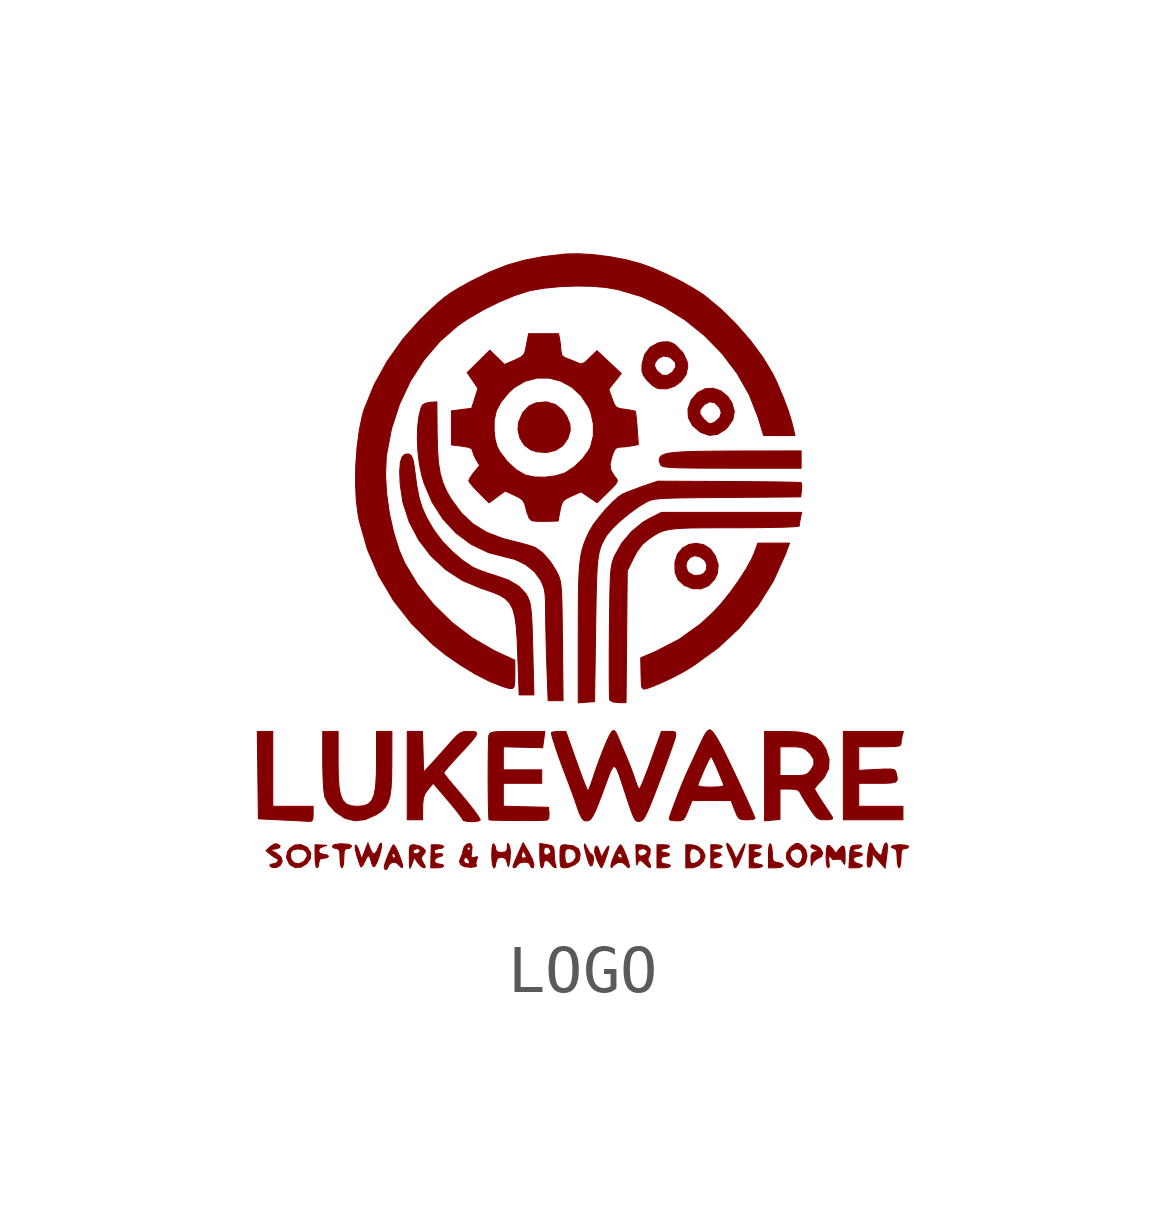
<source format=kicad_sym>
(kicad_symbol_lib
  (version 20220914)
  (generator "bitmap2component")
  (generator_version "8.0")
  (symbol "LOGO"
    (pin_names
      (offset 1.016))
    (property "Reference" "#G"
      (at 0 9.365 0)
      (effects (font (size 1.27 1.27)) hide))
    (symbol "LOGO_0_0"
      (polyline (pts (xy -3.902 -5.865) (xy -3.869 -5.8) (xy -3.857 -5.772) (xy -3.793 -5.726) (xy -3.712 -5.731) (xy -3.645 -5.79) (xy -3.616 -5.825) (xy -3.578 -5.831) (xy -3.576 -5.794) (xy -3.6 -5.706) (xy -3.641 -5.593) (xy -3.688 -5.481) (xy -3.733 -5.395) (xy -3.765 -5.361) (xy -3.778 -5.372) (xy -3.816 -5.438) (xy -3.864 -5.54) (xy -3.879 -5.578) (xy -3.8 -5.578) (xy -3.794 -5.549) (xy -3.76 -5.54) (xy -3.749 -5.548) (xy -3.72 -5.602) (xy -3.721 -5.611) (xy -3.76 -5.64) (xy -3.779 -5.632) (xy -3.8 -5.578) (xy -3.879 -5.578) (xy -3.91 -5.656) (xy -3.946 -5.759) (xy -3.96 -5.825) (xy -3.96 -5.828) (xy -3.941 -5.876) (xy -3.902 -5.865)) (stroke (width 0.01) (type default)) (fill (type outline)))
      (polyline (pts (xy -3.41 -5.831) (xy -3.384 -5.761) (xy -3.334 -5.622) (xy -3.262 -5.731) (xy -3.26 -5.735) (xy -3.194 -5.809) (xy -3.135 -5.84) (xy -3.113 -5.838) (xy -3.104 -5.81) (xy -3.144 -5.739) (xy -3.181 -5.677) (xy -3.187 -5.623) (xy -3.145 -5.565) (xy -3.115 -5.53) (xy -3.103 -5.482) (xy -3.153 -5.426) (xy -3.223 -5.385) (xy -3.333 -5.36) (xy -3.362 -5.36) (xy -3.406 -5.37) (xy -3.429 -5.406) (xy -3.437 -5.487) (xy -3.437 -5.503) (xy -3.36 -5.503) (xy -3.345 -5.465) (xy -3.277 -5.44) (xy -3.228 -5.45) (xy -3.21 -5.49) (xy -3.221 -5.512) (xy -3.275 -5.549) (xy -3.333 -5.547) (xy -3.36 -5.503) (xy -3.437 -5.503) (xy -3.437 -5.63) (xy -3.436 -5.701) (xy -3.433 -5.809) (xy -3.426 -5.849) (xy -3.41 -5.831)) (stroke (width 0.01) (type default)) (fill (type outline)))
      (polyline (pts (xy -6.128 -5.792) (xy -6.082 -5.704) (xy -6.11 -5.613) (xy -6.21 -5.532) (xy -6.34 -5.461) (xy -6.23 -5.448) (xy -6.225 -5.447) (xy -6.14 -5.422) (xy -6.126 -5.383) (xy -6.187 -5.343) (xy -6.248 -5.342) (xy -6.337 -5.401) (xy -6.42 -5.485) (xy -6.33 -5.559) (xy -6.256 -5.614) (xy -6.192 -5.649) (xy -6.172 -5.661) (xy -6.169 -5.701) (xy -6.213 -5.742) (xy -6.285 -5.76) (xy -6.328 -5.768) (xy -6.34 -5.8) (xy -6.293 -5.832) (xy -6.207 -5.834) (xy -6.128 -5.792)) (stroke (width 0.01) (type default)) (fill (type outline)))
      (polyline (pts (xy -5.692 -5.825) (xy -5.573 -5.753) (xy -5.497 -5.645) (xy -5.49 -5.528) (xy -5.559 -5.421) (xy -5.572 -5.41) (xy -5.694 -5.356) (xy -5.822 -5.366) (xy -5.928 -5.439) (xy -5.975 -5.511) (xy -5.982 -5.552) (xy -5.913 -5.552) (xy -5.906 -5.521) (xy -5.863 -5.469) (xy -5.764 -5.447) (xy -5.647 -5.459) (xy -5.574 -5.515) (xy -5.563 -5.6) (xy -5.623 -5.697) (xy -5.637 -5.71) (xy -5.738 -5.757) (xy -5.833 -5.738) (xy -5.899 -5.666) (xy -5.913 -5.552) (xy -5.982 -5.552) (xy -5.994 -5.627) (xy -5.938 -5.751) (xy -5.917 -5.776) (xy -5.815 -5.833) (xy -5.692 -5.825)) (stroke (width 0.01) (type default)) (fill (type outline)))
      (polyline (pts (xy -5.334 -5.815) (xy -5.32 -5.74) (xy -5.32 -5.721) (xy -5.296 -5.657) (xy -5.22 -5.64) (xy -5.154 -5.63) (xy -5.12 -5.6) (xy -5.145 -5.574) (xy -5.22 -5.56) (xy -5.222 -5.56) (xy -5.302 -5.536) (xy -5.326 -5.482) (xy -5.295 -5.425) (xy -5.21 -5.389) (xy -5.156 -5.378) (xy -5.165 -5.371) (xy -5.25 -5.366) (xy -5.4 -5.36) (xy -5.4 -5.6) (xy -5.396 -5.708) (xy -5.381 -5.803) (xy -5.36 -5.84) (xy -5.334 -5.815)) (stroke (width 0.01) (type default)) (fill (type outline)))
      (polyline (pts (xy -4.826 -5.827) (xy -4.807 -5.754) (xy -4.8 -5.64) (xy -4.8 -5.594) (xy -4.792 -5.495) (xy -4.768 -5.45) (xy -4.72 -5.44) (xy -4.673 -5.431) (xy -4.64 -5.39) (xy -4.643 -5.379) (xy -4.703 -5.35) (xy -4.84 -5.34) (xy -4.885 -5.341) (xy -5.001 -5.356) (xy -5.04 -5.39) (xy -5.025 -5.419) (xy -4.96 -5.44) (xy -4.941 -5.441) (xy -4.902 -5.46) (xy -4.884 -5.52) (xy -4.88 -5.64) (xy -4.877 -5.712) (xy -4.863 -5.804) (xy -4.84 -5.84) (xy -4.826 -5.827)) (stroke (width 0.01) (type default)) (fill (type outline)))
      (polyline (pts (xy -4.404 -5.786) (xy -4.36 -5.7) (xy -4.325 -5.625) (xy -4.288 -5.584) (xy -4.257 -5.619) (xy -4.224 -5.732) (xy -4.223 -5.739) (xy -4.193 -5.811) (xy -4.157 -5.809) (xy -4.113 -5.733) (xy -4.058 -5.579) (xy -4.057 -5.575) (xy -4.024 -5.45) (xy -4.014 -5.363) (xy -4.023 -5.324) (xy -4.049 -5.344) (xy -4.09 -5.433) (xy -4.112 -5.486) (xy -4.159 -5.55) (xy -4.204 -5.535) (xy -4.252 -5.44) (xy -4.298 -5.32) (xy -4.363 -5.488) (xy -4.429 -5.655) (xy -4.478 -5.508) (xy -4.507 -5.429) (xy -4.544 -5.367) (xy -4.565 -5.373) (xy -4.563 -5.443) (xy -4.534 -5.57) (xy -4.508 -5.654) (xy -4.472 -5.761) (xy -4.449 -5.818) (xy -4.439 -5.822) (xy -4.404 -5.786)) (stroke (width 0.01) (type default)) (fill (type outline)))
      (polyline (pts (xy -2.841 -5.84) (xy -2.755 -5.827) (xy -2.72 -5.8) (xy -2.746 -5.773) (xy -2.823 -5.76) (xy -2.889 -5.743) (xy -2.916 -5.695) (xy -2.888 -5.641) (xy -2.809 -5.607) (xy -2.756 -5.591) (xy -2.74 -5.561) (xy -2.767 -5.545) (xy -2.84 -5.548) (xy -2.896 -5.551) (xy -2.92 -5.505) (xy -2.902 -5.462) (xy -2.82 -5.44) (xy -2.754 -5.43) (xy -2.72 -5.4) (xy -2.72 -5.397) (xy -2.762 -5.371) (xy -2.85 -5.36) (xy -2.98 -5.361) (xy -2.986 -5.6) (xy -2.991 -5.84) (xy -2.856 -5.84) (xy -2.841 -5.84)) (stroke (width 0.01) (type default)) (fill (type outline)))
      (polyline (pts (xy -2.125 -5.827) (xy -2.046 -5.812) (xy -2.039 -5.785) (xy -2.054 -5.754) (xy -2.035 -5.67) (xy -2.02 -5.641) (xy -2.019 -5.608) (xy -2.079 -5.62) (xy -2.083 -5.621) (xy -2.136 -5.63) (xy -2.152 -5.599) (xy -2.139 -5.508) (xy -2.131 -5.402) (xy -2.158 -5.341) (xy -2.168 -5.336) (xy -2.235 -5.345) (xy -2.294 -5.402) (xy -2.306 -5.44) (xy -2.24 -5.44) (xy -2.239 -5.43) (xy -2.2 -5.4) (xy -2.191 -5.401) (xy -2.16 -5.44) (xy -2.161 -5.449) (xy -2.2 -5.48) (xy -2.21 -5.479) (xy -2.24 -5.44) (xy -2.306 -5.44) (xy -2.32 -5.485) (xy -2.328 -5.541) (xy -2.368 -5.637) (xy -2.39 -5.694) (xy -2.309 -5.694) (xy -2.288 -5.632) (xy -2.251 -5.62) (xy -2.202 -5.676) (xy -2.193 -5.693) (xy -2.179 -5.747) (xy -2.216 -5.76) (xy -2.27 -5.746) (xy -2.309 -5.694) (xy -2.39 -5.694) (xy -2.395 -5.707) (xy -2.365 -5.774) (xy -2.29 -5.816) (xy -2.158 -5.829) (xy -2.125 -5.827)) (stroke (width 0.01) (type default)) (fill (type outline)))
      (polyline (pts (xy -1.651 -5.822) (xy -1.633 -5.73) (xy -1.629 -5.706) (xy -1.597 -5.638) (xy -1.52 -5.62) (xy -1.493 -5.621) (xy -1.429 -5.652) (xy -1.397 -5.74) (xy -1.387 -5.786) (xy -1.375 -5.814) (xy -1.361 -5.777) (xy -1.342 -5.667) (xy -1.341 -5.659) (xy -1.33 -5.5) (xy -1.352 -5.387) (xy -1.379 -5.336) (xy -1.393 -5.336) (xy -1.397 -5.41) (xy -1.402 -5.462) (xy -1.434 -5.509) (xy -1.52 -5.52) (xy -1.547 -5.519) (xy -1.62 -5.499) (xy -1.64 -5.442) (xy -1.646 -5.396) (xy -1.68 -5.34) (xy -1.699 -5.351) (xy -1.715 -5.431) (xy -1.72 -5.578) (xy -1.714 -5.708) (xy -1.697 -5.803) (xy -1.675 -5.843) (xy -1.651 -5.822)) (stroke (width 0.01) (type default)) (fill (type outline)))
      (polyline (pts (xy -1.223 -5.828) (xy -1.186 -5.78) (xy -1.139 -5.739) (xy -1.041 -5.72) (xy -0.955 -5.732) (xy -0.92 -5.78) (xy -0.915 -5.808) (xy -0.88 -5.84) (xy -0.854 -5.83) (xy -0.843 -5.768) (xy -0.878 -5.657) (xy -0.954 -5.508) (xy -1.067 -5.316) (xy -1.174 -5.553) (xy -1.184 -5.577) (xy -1.104 -5.577) (xy -1.093 -5.544) (xy -1.079 -5.487) (xy -1.073 -5.481) (xy -1.046 -5.511) (xy -1.016 -5.564) (xy -1.001 -5.61) (xy -1.009 -5.625) (xy -1.064 -5.64) (xy -1.101 -5.63) (xy -1.104 -5.577) (xy -1.184 -5.577) (xy -1.225 -5.67) (xy -1.265 -5.768) (xy -1.28 -5.815) (xy -1.265 -5.84) (xy -1.223 -5.828)) (stroke (width 0.01) (type default)) (fill (type outline)))
      (polyline (pts (xy -0.38 -5.834) (xy -0.387 -5.79) (xy -0.396 -5.771) (xy -0.413 -5.681) (xy -0.42 -5.561) (xy -0.421 -5.487) (xy -0.434 -5.412) (xy -0.478 -5.377) (xy -0.57 -5.357) (xy -0.72 -5.332) (xy -0.72 -5.493) (xy -0.64 -5.493) (xy -0.625 -5.42) (xy -0.571 -5.407) (xy -0.534 -5.423) (xy -0.489 -5.485) (xy -0.496 -5.527) (xy -0.558 -5.571) (xy -0.578 -5.575) (xy -0.628 -5.564) (xy -0.64 -5.493) (xy -0.72 -5.493) (xy -0.72 -5.586) (xy -0.715 -5.707) (xy -0.701 -5.803) (xy -0.68 -5.84) (xy -0.657 -5.825) (xy -0.64 -5.76) (xy -0.631 -5.713) (xy -0.59 -5.68) (xy -0.548 -5.697) (xy -0.489 -5.76) (xy -0.449 -5.81) (xy -0.397 -5.84) (xy -0.38 -5.834)) (stroke (width 0.01) (type default)) (fill (type outline)))
      (polyline (pts (xy -0.113 -5.825) (xy 0.007 -5.774) (xy 0.089 -5.704) (xy 0.109 -5.647) (xy 0.119 -5.549) (xy 0.119 -5.542) (xy 0.081 -5.443) (xy -0.025 -5.381) (xy -0.193 -5.36) (xy -0.202 -5.36) (xy -0.258 -5.366) (xy -0.287 -5.395) (xy -0.298 -5.467) (xy -0.3 -5.6) (xy -0.2 -5.6) (xy -0.2 -5.587) (xy -0.193 -5.49) (xy -0.165 -5.449) (xy -0.101 -5.44) (xy -0.022 -5.466) (xy 0.029 -5.538) (xy 0.032 -5.628) (xy -0.022 -5.706) (xy -0.061 -5.732) (xy -0.142 -5.759) (xy -0.186 -5.716) (xy -0.2 -5.6) (xy -0.3 -5.6) (xy -0.298 -5.729) (xy -0.287 -5.803) (xy -0.259 -5.834) (xy -0.207 -5.84) (xy -0.113 -5.825)) (stroke (width 0.01) (type default)) (fill (type outline)))
      (polyline (pts (xy 0.364 -5.795) (xy 0.382 -5.756) (xy 0.398 -5.669) (xy 0.39 -5.593) (xy 0.36 -5.56) (xy 0.355 -5.559) (xy 0.311 -5.516) (xy 0.263 -5.43) (xy 0.233 -5.368) (xy 0.209 -5.343) (xy 0.207 -5.383) (xy 0.225 -5.481) (xy 0.264 -5.629) (xy 0.301 -5.742) (xy 0.336 -5.803) (xy 0.364 -5.795)) (stroke (width 0.01) (type default)) (fill (type outline)))
      (polyline (pts (xy 0.568 -5.834) (xy 0.599 -5.776) (xy 0.638 -5.677) (xy 0.677 -5.563) (xy 0.707 -5.461) (xy 0.718 -5.395) (xy 0.715 -5.385) (xy 0.688 -5.406) (xy 0.641 -5.48) (xy 0.565 -5.62) (xy 0.517 -5.485) (xy 0.487 -5.412) (xy 0.46 -5.384) (xy 0.431 -5.417) (xy 0.427 -5.425) (xy 0.422 -5.518) (xy 0.467 -5.662) (xy 0.492 -5.721) (xy 0.535 -5.806) (xy 0.561 -5.84) (xy 0.568 -5.834)) (stroke (width 0.01) (type default)) (fill (type outline)))
      (polyline (pts (xy 0.816 -5.79) (xy 0.822 -5.782) (xy 0.908 -5.728) (xy 1.003 -5.731) (xy 1.075 -5.79) (xy 1.103 -5.825) (xy 1.142 -5.832) (xy 1.143 -5.794) (xy 1.12 -5.705) (xy 1.08 -5.592) (xy 1.034 -5.48) (xy 0.991 -5.394) (xy 0.961 -5.36) (xy 0.953 -5.363) (xy 0.914 -5.414) (xy 0.864 -5.508) (xy 0.829 -5.587) (xy 0.897 -5.587) (xy 0.914 -5.544) (xy 0.92 -5.541) (xy 0.974 -5.549) (xy 1 -5.607) (xy 0.999 -5.613) (xy 0.962 -5.64) (xy 0.929 -5.63) (xy 0.897 -5.587) (xy 0.829 -5.587) (xy 0.814 -5.619) (xy 0.776 -5.722) (xy 0.761 -5.791) (xy 0.762 -5.82) (xy 0.775 -5.838) (xy 0.816 -5.79)) (stroke (width 0.01) (type default)) (fill (type outline)))
      (polyline (pts (xy 1.589 -5.802) (xy 1.56 -5.74) (xy 1.548 -5.725) (xy 1.528 -5.663) (xy 1.56 -5.58) (xy 1.573 -5.55) (xy 1.579 -5.452) (xy 1.517 -5.385) (xy 1.395 -5.36) (xy 1.28 -5.36) (xy 1.284 -5.522) (xy 1.318 -5.522) (xy 1.341 -5.465) (xy 1.42 -5.44) (xy 1.443 -5.441) (xy 1.508 -5.474) (xy 1.515 -5.528) (xy 1.457 -5.576) (xy 1.417 -5.59) (xy 1.377 -5.597) (xy 1.347 -5.573) (xy 1.318 -5.522) (xy 1.284 -5.522) (xy 1.285 -5.61) (xy 1.286 -5.612) (xy 1.291 -5.725) (xy 1.299 -5.781) (xy 1.308 -5.77) (xy 1.328 -5.714) (xy 1.366 -5.68) (xy 1.414 -5.705) (xy 1.48 -5.77) (xy 1.54 -5.825) (xy 1.582 -5.831) (xy 1.589 -5.802)) (stroke (width 0.01) (type default)) (fill (type outline)))
      (polyline (pts (xy 1.878 -5.84) (xy 1.965 -5.826) (xy 2 -5.8) (xy 1.975 -5.774) (xy 1.9 -5.76) (xy 1.823 -5.743) (xy 1.8 -5.68) (xy 1.823 -5.618) (xy 1.902 -5.6) (xy 1.966 -5.59) (xy 1.98 -5.56) (xy 1.954 -5.538) (xy 1.878 -5.52) (xy 1.833 -5.513) (xy 1.8 -5.48) (xy 1.814 -5.457) (xy 1.878 -5.44) (xy 1.923 -5.434) (xy 1.98 -5.4) (xy 1.982 -5.394) (xy 1.953 -5.369) (xy 1.862 -5.36) (xy 1.72 -5.36) (xy 1.72 -5.6) (xy 1.72 -5.84) (xy 1.86 -5.84) (xy 1.878 -5.84)) (stroke (width 0.01) (type default)) (fill (type outline)))
      (polyline (pts (xy 2.474 -5.838) (xy 2.594 -5.792) (xy 2.684 -5.706) (xy 2.72 -5.6) (xy 2.717 -5.571) (xy 2.664 -5.468) (xy 2.563 -5.391) (xy 2.44 -5.36) (xy 2.32 -5.36) (xy 2.32 -5.6) (xy 2.4 -5.6) (xy 2.403 -5.52) (xy 2.424 -5.457) (xy 2.472 -5.44) (xy 2.501 -5.442) (xy 2.588 -5.485) (xy 2.633 -5.563) (xy 2.627 -5.649) (xy 2.563 -5.718) (xy 2.528 -5.736) (xy 2.449 -5.755) (xy 2.41 -5.713) (xy 2.4 -5.6) (xy 2.32 -5.6) (xy 2.32 -5.84) (xy 2.44 -5.84) (xy 2.474 -5.838)) (stroke (width 0.01) (type default)) (fill (type outline)))
      (polyline (pts (xy 2.961 -5.84) (xy 3.045 -5.828) (xy 3.08 -5.8) (xy 3.054 -5.773) (xy 2.977 -5.76) (xy 2.911 -5.743) (xy 2.884 -5.695) (xy 2.912 -5.641) (xy 2.991 -5.607) (xy 3.017 -5.601) (xy 3.058 -5.571) (xy 3.035 -5.536) (xy 2.958 -5.52) (xy 2.913 -5.513) (xy 2.88 -5.48) (xy 2.905 -5.454) (xy 2.98 -5.44) (xy 3.046 -5.43) (xy 3.08 -5.4) (xy 3.08 -5.399) (xy 3.044 -5.372) (xy 2.96 -5.36) (xy 2.84 -5.36) (xy 2.84 -5.6) (xy 2.84 -5.84) (xy 2.96 -5.84) (xy 2.961 -5.84)) (stroke (width 0.01) (type default)) (fill (type outline)))
      (polyline (pts (xy 3.369 -5.823) (xy 3.418 -5.742) (xy 3.475 -5.606) (xy 3.517 -5.485) (xy 3.55 -5.377) (xy 3.551 -5.339) (xy 3.522 -5.373) (xy 3.463 -5.479) (xy 3.369 -5.659) (xy 3.308 -5.514) (xy 3.28 -5.454) (xy 3.231 -5.373) (xy 3.19 -5.332) (xy 3.17 -5.339) (xy 3.181 -5.405) (xy 3.213 -5.494) (xy 3.265 -5.608) (xy 3.303 -5.699) (xy 3.32 -5.778) (xy 3.32 -5.789) (xy 3.335 -5.84) (xy 3.369 -5.823)) (stroke (width 0.01) (type default)) (fill (type outline)))
      (polyline (pts (xy 3.798 -5.84) (xy 3.885 -5.826) (xy 3.92 -5.8) (xy 3.895 -5.774) (xy 3.82 -5.76) (xy 3.743 -5.743) (xy 3.72 -5.68) (xy 3.733 -5.628) (xy 3.8 -5.6) (xy 3.846 -5.592) (xy 3.88 -5.56) (xy 3.865 -5.537) (xy 3.8 -5.52) (xy 3.753 -5.512) (xy 3.72 -5.48) (xy 3.734 -5.457) (xy 3.798 -5.44) (xy 3.844 -5.434) (xy 3.9 -5.4) (xy 3.902 -5.394) (xy 3.873 -5.369) (xy 3.782 -5.36) (xy 3.64 -5.36) (xy 3.64 -5.6) (xy 3.64 -5.84) (xy 3.78 -5.84) (xy 3.798 -5.84)) (stroke (width 0.01) (type default)) (fill (type outline)))
      (polyline (pts (xy 4.31 -5.826) (xy 4.353 -5.792) (xy 4.326 -5.754) (xy 4.227 -5.727) (xy 4.203 -5.724) (xy 4.148 -5.703) (xy 4.125 -5.65) (xy 4.12 -5.54) (xy 4.119 -5.493) (xy 4.104 -5.392) (xy 4.08 -5.34) (xy 4.061 -5.351) (xy 4.045 -5.431) (xy 4.04 -5.578) (xy 4.04 -5.84) (xy 4.203 -5.84) (xy 4.31 -5.826)) (stroke (width 0.01) (type default)) (fill (type outline)))
      (polyline (pts (xy 4.767 -5.774) (xy 4.812 -5.715) (xy 4.842 -5.593) (xy 4.817 -5.469) (xy 4.738 -5.375) (xy 4.664 -5.333) (xy 4.606 -5.336) (xy 4.528 -5.388) (xy 4.496 -5.414) (xy 4.42 -5.527) (xy 4.418 -5.563) (xy 4.486 -5.563) (xy 4.516 -5.486) (xy 4.609 -5.447) (xy 4.637 -5.445) (xy 4.708 -5.463) (xy 4.743 -5.538) (xy 4.75 -5.612) (xy 4.72 -5.7) (xy 4.67 -5.748) (xy 4.615 -5.748) (xy 4.543 -5.683) (xy 4.523 -5.659) (xy 4.486 -5.563) (xy 4.418 -5.563) (xy 4.415 -5.646) (xy 4.485 -5.756) (xy 4.568 -5.818) (xy 4.667 -5.833) (xy 4.767 -5.774)) (stroke (width 0.01) (type default)) (fill (type outline)))
      (polyline (pts (xy 4.948 -5.772) (xy 4.973 -5.715) (xy 5.039 -5.66) (xy 5.043 -5.659) (xy 5.145 -5.603) (xy 5.173 -5.528) (xy 5.123 -5.443) (xy 5.095 -5.418) (xy 5.014 -5.371) (xy 4.947 -5.361) (xy 4.92 -5.395) (xy 4.94 -5.424) (xy 5.01 -5.46) (xy 5.1 -5.49) (xy 5.01 -5.508) (xy 4.953 -5.53) (xy 4.928 -5.584) (xy 4.925 -5.693) (xy 4.928 -5.742) (xy 4.937 -5.792) (xy 4.948 -5.772)) (stroke (width 0.01) (type default)) (fill (type outline)))
      (polyline (pts (xy 5.308 -5.811) (xy 5.3 -5.72) (xy 5.292 -5.634) (xy 5.317 -5.6) (xy 5.33 -5.602) (xy 5.36 -5.644) (xy 5.382 -5.669) (xy 5.461 -5.663) (xy 5.478 -5.659) (xy 5.553 -5.664) (xy 5.598 -5.729) (xy 5.605 -5.745) (xy 5.624 -5.769) (xy 5.633 -5.729) (xy 5.637 -5.617) (xy 5.633 -5.479) (xy 5.613 -5.397) (xy 5.574 -5.388) (xy 5.513 -5.448) (xy 5.443 -5.54) (xy 5.379 -5.45) (xy 5.375 -5.444) (xy 5.312 -5.375) (xy 5.27 -5.376) (xy 5.247 -5.45) (xy 5.24 -5.6) (xy 5.243 -5.699) (xy 5.258 -5.803) (xy 5.283 -5.84) (xy 5.308 -5.811)) (stroke (width 0.01) (type default)) (fill (type outline)))
      (polyline (pts (xy 5.938 -5.833) (xy 5.994 -5.808) (xy 5.987 -5.777) (xy 5.91 -5.753) (xy 5.841 -5.727) (xy 5.805 -5.674) (xy 5.823 -5.623) (xy 5.897 -5.6) (xy 5.966 -5.59) (xy 6 -5.56) (xy 5.975 -5.534) (xy 5.9 -5.52) (xy 5.834 -5.51) (xy 5.8 -5.48) (xy 5.814 -5.457) (xy 5.878 -5.44) (xy 5.924 -5.433) (xy 5.982 -5.397) (xy 5.983 -5.394) (xy 5.965 -5.368) (xy 5.874 -5.367) (xy 5.861 -5.368) (xy 5.791 -5.38) (xy 5.754 -5.411) (xy 5.737 -5.481) (xy 5.728 -5.61) (xy 5.716 -5.84) (xy 5.858 -5.84) (xy 5.938 -5.833)) (stroke (width 0.01) (type default)) (fill (type outline)))
      (polyline (pts (xy 6.494 -5.659) (xy 6.509 -5.538) (xy 6.518 -5.409) (xy 6.51 -5.34) (xy 6.484 -5.32) (xy 6.479 -5.322) (xy 6.448 -5.37) (xy 6.422 -5.464) (xy 6.417 -5.49) (xy 6.397 -5.566) (xy 6.37 -5.579) (xy 6.318 -5.539) (xy 6.266 -5.48) (xy 6.218 -5.395) (xy 6.199 -5.353) (xy 6.163 -5.32) (xy 6.148 -5.34) (xy 6.128 -5.417) (xy 6.111 -5.529) (xy 6.099 -5.649) (xy 6.096 -5.751) (xy 6.105 -5.808) (xy 6.116 -5.822) (xy 6.155 -5.823) (xy 6.187 -5.766) (xy 6.202 -5.668) (xy 6.203 -5.54) (xy 6.335 -5.695) (xy 6.468 -5.849) (xy 6.494 -5.659)) (stroke (width 0.01) (type default)) (fill (type outline)))
      (polyline (pts (xy 6.774 -5.827) (xy 6.793 -5.754) (xy 6.8 -5.64) (xy 6.8 -5.594) (xy 6.808 -5.495) (xy 6.832 -5.45) (xy 6.88 -5.44) (xy 6.926 -5.432) (xy 6.96 -5.4) (xy 6.952 -5.388) (xy 6.887 -5.368) (xy 6.78 -5.36) (xy 6.726 -5.362) (xy 6.636 -5.376) (xy 6.6 -5.4) (xy 6.607 -5.418) (xy 6.66 -5.44) (xy 6.691 -5.453) (xy 6.713 -5.514) (xy 6.72 -5.64) (xy 6.723 -5.712) (xy 6.737 -5.804) (xy 6.76 -5.84) (xy 6.774 -5.827)) (stroke (width 0.01) (type default)) (fill (type outline)))
      (polyline (pts (xy -5.469 -4.866) (xy -5.445 -4.822) (xy -5.44 -4.72) (xy -5.44 -4.56) (xy -5.86 -4.56) (xy -6.28 -4.56) (xy -6.28 -3.78) (xy -6.28 -3) (xy -6.441 -3) (xy -6.602 -3) (xy -6.591 -3.91) (xy -6.58 -4.82) (xy -6.12 -4.842) (xy -5.956 -4.85) (xy -5.776 -4.859) (xy -5.634 -4.867) (xy -5.55 -4.872) (xy -5.528 -4.873) (xy -5.469 -4.866)) (stroke (width 0.01) (type default)) (fill (type outline)))
      (polyline (pts (xy -4.356 -4.836) (xy -4.126 -4.734) (xy -4.027 -4.669) (xy -3.944 -4.589) (xy -3.883 -4.489) (xy -3.842 -4.357) (xy -3.817 -4.181) (xy -3.805 -3.95) (xy -3.801 -3.65) (xy -3.8 -3) (xy -3.96 -3) (xy -4.12 -3) (xy -4.12 -3.622) (xy -4.124 -3.916) (xy -4.14 -4.15) (xy -4.17 -4.321) (xy -4.22 -4.439) (xy -4.292 -4.512) (xy -4.391 -4.549) (xy -4.52 -4.56) (xy -4.646 -4.55) (xy -4.745 -4.514) (xy -4.818 -4.441) (xy -4.868 -4.325) (xy -4.9 -4.156) (xy -4.916 -3.924) (xy -4.92 -3.622) (xy -4.92 -3) (xy -5.08 -3) (xy -5.24 -3) (xy -5.24 -3.614) (xy -5.24 -3.679) (xy -5.235 -3.913) (xy -5.226 -4.116) (xy -5.212 -4.272) (xy -5.195 -4.364) (xy -5.128 -4.503) (xy -4.978 -4.676) (xy -4.78 -4.806) (xy -4.77 -4.811) (xy -4.57 -4.861) (xy -4.356 -4.836)) (stroke (width 0.01) (type default)) (fill (type outline)))
      (polyline (pts (xy -2.086 -4.878) (xy -1.996 -4.865) (xy -1.96 -4.843) (xy -1.963 -4.833) (xy -2.003 -4.764) (xy -2.085 -4.65) (xy -2.202 -4.5) (xy -2.346 -4.325) (xy -2.507 -4.136) (xy -2.537 -4.101) (xy -2.63 -3.989) (xy -2.696 -3.904) (xy -2.72 -3.862) (xy -2.695 -3.824) (xy -2.626 -3.74) (xy -2.522 -3.623) (xy -2.396 -3.486) (xy -2.249 -3.328) (xy -2.129 -3.194) (xy -2.057 -3.102) (xy -2.031 -3.045) (xy -2.047 -3.015) (xy -2.1 -3.002) (xy -2.189 -3) (xy -2.234 -3) (xy -2.31 -3.007) (xy -2.374 -3.03) (xy -2.441 -3.081) (xy -2.529 -3.171) (xy -2.652 -3.31) (xy -2.725 -3.393) (xy -2.851 -3.534) (xy -2.959 -3.654) (xy -3.032 -3.733) (xy -3.14 -3.847) (xy -3.151 -3.423) (xy -3.163 -3) (xy -3.321 -3) (xy -3.48 -3) (xy -3.48 -3.92) (xy -3.48 -4.84) (xy -3.32 -4.84) (xy -3.16 -4.84) (xy -3.159 -4.59) (xy -3.158 -4.518) (xy -3.145 -4.391) (xy -3.112 -4.298) (xy -3.049 -4.209) (xy -2.94 -4.078) (xy -2.63 -4.441) (xy -2.511 -4.583) (xy -2.412 -4.708) (xy -2.345 -4.798) (xy -2.32 -4.842) (xy -2.312 -4.853) (xy -2.247 -4.872) (xy -2.14 -4.88) (xy -2.086 -4.878)) (stroke (width 0.01) (type default)) (fill (type outline)))
      (polyline (pts (xy -0.945 -4.856) (xy -0.777 -4.855) (xy -0.645 -4.851) (xy -0.568 -4.846) (xy -0.533 -4.812) (xy -0.527 -4.71) (xy -0.54 -4.58) (xy -1.01 -4.569) (xy -1.48 -4.557) (xy -1.48 -4.319) (xy -1.48 -4.08) (xy -1.08 -4.08) (xy -0.68 -4.08) (xy -0.68 -3.94) (xy -0.68 -3.8) (xy -1.08 -3.8) (xy -1.48 -3.8) (xy -1.48 -3.56) (xy -1.48 -3.32) (xy -1.071 -3.33) (xy -0.661 -3.34) (xy -0.638 -3.17) (xy -0.615 -3) (xy -1.185 -3) (xy -1.216 -3) (xy -1.431 -3.001) (xy -1.582 -3.004) (xy -1.679 -3.012) (xy -1.736 -3.027) (xy -1.765 -3.049) (xy -1.78 -3.08) (xy -1.786 -3.131) (xy -1.79 -3.248) (xy -1.793 -3.416) (xy -1.795 -3.62) (xy -1.796 -3.846) (xy -1.796 -4.079) (xy -1.794 -4.304) (xy -1.792 -4.507) (xy -1.788 -4.674) (xy -1.783 -4.79) (xy -1.778 -4.84) (xy -1.744 -4.845) (xy -1.646 -4.85) (xy -1.5 -4.853) (xy -1.323 -4.855) (xy -1.133 -4.856) (xy -0.945 -4.856)) (stroke (width 0.01) (type default)) (fill (type outline)))
      (polyline (pts (xy 1.356 -4.872) (xy 1.367 -4.87) (xy 1.401 -4.857) (xy 1.436 -4.826) (xy 1.474 -4.766) (xy 1.522 -4.669) (xy 1.583 -4.526) (xy 1.662 -4.326) (xy 1.764 -4.06) (xy 1.791 -3.989) (xy 1.882 -3.748) (xy 1.963 -3.528) (xy 2.029 -3.343) (xy 2.076 -3.206) (xy 2.099 -3.13) (xy 2.107 -3.089) (xy 2.109 -3.026) (xy 2.07 -3.003) (xy 1.97 -3) (xy 1.813 -3) (xy 1.597 -3.6) (xy 1.55 -3.731) (xy 1.479 -3.917) (xy 1.419 -4.066) (xy 1.375 -4.164) (xy 1.352 -4.2) (xy 1.338 -4.188) (xy 1.304 -4.119) (xy 1.265 -4.01) (xy 1.221 -3.879) (xy 1.157 -3.709) (xy 1.088 -3.54) (xy 1.088 -3.539) (xy 1.018 -3.377) (xy 0.953 -3.221) (xy 0.904 -3.105) (xy 0.863 -3.017) (xy 0.825 -2.98) (xy 0.783 -2.997) (xy 0.778 -3.003) (xy 0.735 -3.073) (xy 0.674 -3.202) (xy 0.602 -3.375) (xy 0.524 -3.577) (xy 0.445 -3.794) (xy 0.373 -4.01) (xy 0.338 -4.114) (xy 0.302 -4.205) (xy 0.28 -4.239) (xy 0.269 -4.221) (xy 0.234 -4.14) (xy 0.181 -4.004) (xy 0.115 -3.826) (xy 0.041 -3.619) (xy -0.178 -3) (xy -0.329 -3) (xy -0.357 -3.001) (xy -0.445 -3.011) (xy -0.48 -3.03) (xy -0.473 -3.069) (xy -0.443 -3.178) (xy -0.392 -3.336) (xy -0.327 -3.526) (xy -0.252 -3.733) (xy -0.173 -3.94) (xy -0.133 -4.045) (xy -0.057 -4.25) (xy 0.012 -4.441) (xy 0.061 -4.589) (xy 0.106 -4.711) (xy 0.157 -4.81) (xy 0.2 -4.855) (xy 0.233 -4.862) (xy 0.286 -4.861) (xy 0.333 -4.832) (xy 0.382 -4.766) (xy 0.439 -4.652) (xy 0.508 -4.482) (xy 0.598 -4.246) (xy 0.627 -4.167) (xy 0.702 -3.962) (xy 0.758 -3.82) (xy 0.803 -3.741) (xy 0.842 -3.729) (xy 0.883 -3.784) (xy 0.933 -3.908) (xy 0.998 -4.104) (xy 1.086 -4.372) (xy 1.089 -4.383) (xy 1.157 -4.586) (xy 1.207 -4.724) (xy 1.246 -4.811) (xy 1.279 -4.856) (xy 1.314 -4.873) (xy 1.356 -4.872)) (stroke (width 0.01) (type default)) (fill (type outline)))
      (polyline (pts (xy 2.211 -4.859) (xy 2.268 -4.835) (xy 2.312 -4.771) (xy 2.363 -4.652) (xy 2.449 -4.44) (xy 2.856 -4.44) (xy 3.262 -4.44) (xy 3.34 -4.64) (xy 3.385 -4.75) (xy 3.428 -4.812) (xy 3.488 -4.836) (xy 3.589 -4.84) (xy 3.635 -4.839) (xy 3.724 -4.83) (xy 3.76 -4.813) (xy 3.758 -4.804) (xy 3.73 -4.733) (xy 3.676 -4.607) (xy 3.6 -4.439) (xy 3.509 -4.241) (xy 3.409 -4.025) (xy 3.305 -3.805) (xy 3.203 -3.592) (xy 3.108 -3.4) (xy 3.055 -3.294) (xy 2.958 -3.122) (xy 2.881 -3.01) (xy 2.829 -2.967) (xy 2.806 -2.968) (xy 2.758 -3.003) (xy 2.7 -3.092) (xy 2.625 -3.247) (xy 2.544 -3.423) (xy 2.448 -3.631) (xy 2.364 -3.812) (xy 2.314 -3.922) (xy 2.236 -4.108) (xy 2.571 -4.108) (xy 2.59 -4.061) (xy 2.65 -3.916) (xy 2.713 -3.771) (xy 2.773 -3.644) (xy 2.819 -3.554) (xy 2.843 -3.52) (xy 2.851 -3.527) (xy 2.888 -3.592) (xy 2.946 -3.718) (xy 3.021 -3.893) (xy 3.109 -4.11) (xy 3.111 -4.12) (xy 3.083 -4.143) (xy 2.996 -4.156) (xy 2.84 -4.16) (xy 2.766 -4.159) (xy 2.641 -4.152) (xy 2.58 -4.136) (xy 2.571 -4.108) (xy 2.236 -4.108) (xy 2.226 -4.133) (xy 2.132 -4.37) (xy 2.045 -4.603) (xy 1.976 -4.8) (xy 1.974 -4.829) (xy 2.013 -4.854) (xy 2.117 -4.862) (xy 2.121 -4.862) (xy 2.211 -4.859)) (stroke (width 0.01) (type default)) (fill (type outline)))
      (polyline (pts (xy 4.12 -4.847) (xy 4.28 -4.832) (xy 4.28 -4.516) (xy 4.28 -4.2) (xy 4.476 -4.2) (xy 4.575 -4.204) (xy 4.659 -4.225) (xy 4.698 -4.27) (xy 4.699 -4.274) (xy 4.737 -4.345) (xy 4.805 -4.458) (xy 4.89 -4.59) (xy 4.945 -4.673) (xy 5.016 -4.767) (xy 5.073 -4.817) (xy 5.138 -4.837) (xy 5.23 -4.84) (xy 5.308 -4.838) (xy 5.372 -4.822) (xy 5.374 -4.79) (xy 5.371 -4.785) (xy 5.329 -4.72) (xy 5.258 -4.612) (xy 5.172 -4.482) (xy 5.154 -4.455) (xy 5.076 -4.334) (xy 5.021 -4.241) (xy 5 -4.197) (xy 5.007 -4.18) (xy 5.056 -4.118) (xy 5.135 -4.033) (xy 5.204 -3.953) (xy 5.293 -3.773) (xy 5.302 -3.579) (xy 5.234 -3.369) (xy 5.226 -3.354) (xy 5.133 -3.212) (xy 5.014 -3.111) (xy 4.856 -3.046) (xy 4.646 -3.01) (xy 4.372 -3) (xy 3.96 -3) (xy 3.96 -3.62) (xy 4.28 -3.62) (xy 4.28 -3.32) (xy 4.523 -3.32) (xy 4.62 -3.321) (xy 4.729 -3.335) (xy 4.806 -3.37) (xy 4.883 -3.437) (xy 4.907 -3.462) (xy 4.984 -3.579) (xy 4.987 -3.691) (xy 4.917 -3.815) (xy 4.914 -3.818) (xy 4.862 -3.873) (xy 4.801 -3.904) (xy 4.707 -3.917) (xy 4.557 -3.92) (xy 4.28 -3.92) (xy 4.28 -3.62) (xy 3.96 -3.62) (xy 3.96 -3.931) (xy 3.96 -4.862) (xy 4.12 -4.847)) (stroke (width 0.01) (type default)) (fill (type outline)))
      (polyline (pts (xy 6.84 -4.7) (xy 6.84 -4.56) (xy 6.38 -4.56) (xy 5.92 -4.56) (xy 5.92 -4.32) (xy 5.92 -4.08) (xy 6.32 -4.08) (xy 6.452 -4.08) (xy 6.597 -4.074) (xy 6.682 -4.056) (xy 6.719 -4.018) (xy 6.72 -3.954) (xy 6.696 -3.856) (xy 6.696 -3.854) (xy 6.68 -3.816) (xy 6.648 -3.793) (xy 6.585 -3.783) (xy 6.473 -3.783) (xy 6.297 -3.791) (xy 5.92 -3.811) (xy 5.92 -3.565) (xy 5.92 -3.32) (xy 6.36 -3.32) (xy 6.379 -3.32) (xy 6.566 -3.318) (xy 6.689 -3.313) (xy 6.76 -3.301) (xy 6.792 -3.281) (xy 6.801 -3.25) (xy 6.805 -3.194) (xy 6.825 -3.09) (xy 6.849 -3) (xy 6.225 -3) (xy 5.6 -3) (xy 5.6 -3.92) (xy 5.6 -4.84) (xy 6.22 -4.84) (xy 6.84 -4.84) (xy 6.84 -4.7)) (stroke (width 0.01) (type default)) (fill (type outline)))
      (polyline (pts (xy 0.25 -2.392) (xy 0.42 -2.38) (xy 0.442 -0.88) (xy 0.446 -0.611) (xy 0.452 -0.255) (xy 0.459 0.035) (xy 0.467 0.269) (xy 0.478 0.454) (xy 0.493 0.601) (xy 0.513 0.717) (xy 0.538 0.812) (xy 0.569 0.895) (xy 0.609 0.974) (xy 0.656 1.058) (xy 0.685 1.1) (xy 0.798 1.232) (xy 0.954 1.381) (xy 1.134 1.531) (xy 1.317 1.666) (xy 1.486 1.769) (xy 1.51 1.781) (xy 1.556 1.802) (xy 1.606 1.819) (xy 1.67 1.833) (xy 1.755 1.843) (xy 1.87 1.851) (xy 2.023 1.857) (xy 2.223 1.862) (xy 2.478 1.865) (xy 2.796 1.868) (xy 3.186 1.871) (xy 4.712 1.883) (xy 4.728 2.024) (xy 4.73 2.042) (xy 4.732 2.135) (xy 4.72 2.18) (xy 4.719 2.181) (xy 4.671 2.184) (xy 4.552 2.188) (xy 4.371 2.192) (xy 4.138 2.195) (xy 3.862 2.198) (xy 3.551 2.201) (xy 3.215 2.203) (xy 1.735 2.21) (xy 1.417 2.101) (xy 1.378 2.087) (xy 1.219 2.029) (xy 1.085 1.977) (xy 1 1.94) (xy 0.921 1.887) (xy 0.792 1.772) (xy 0.649 1.623) (xy 0.51 1.458) (xy 0.39 1.298) (xy 0.308 1.16) (xy 0.288 1.118) (xy 0.235 1) (xy 0.192 0.887) (xy 0.157 0.769) (xy 0.131 0.638) (xy 0.111 0.483) (xy 0.097 0.296) (xy 0.088 0.066) (xy 0.083 -0.215) (xy 0.081 -0.558) (xy 0.08 -0.971) (xy 0.08 -2.405) (xy 0.25 -2.392)) (stroke (width 0.01) (type default)) (fill (type outline)))
      (polyline (pts (xy 1.088 -1.029) (xy 1.1 0.342) (xy 1.232 0.611) (xy 1.309 0.752) (xy 1.415 0.894) (xy 1.543 1.002) (xy 1.591 1.035) (xy 1.676 1.091) (xy 1.755 1.136) (xy 1.839 1.17) (xy 1.937 1.196) (xy 2.057 1.215) (xy 2.21 1.227) (xy 2.406 1.235) (xy 2.652 1.238) (xy 2.96 1.24) (xy 3.339 1.24) (xy 3.57 1.241) (xy 3.871 1.243) (xy 4.138 1.247) (xy 4.361 1.252) (xy 4.532 1.259) (xy 4.641 1.267) (xy 4.68 1.275) (xy 4.68 1.275) (xy 4.687 1.337) (xy 4.705 1.435) (xy 4.73 1.56) (xy 3.271 1.56) (xy 1.813 1.56) (xy 1.569 1.438) (xy 1.431 1.358) (xy 1.189 1.16) (xy 0.984 0.918) (xy 0.838 0.655) (xy 0.816 0.6) (xy 0.794 0.537) (xy 0.777 0.469) (xy 0.764 0.387) (xy 0.753 0.281) (xy 0.746 0.141) (xy 0.74 -0.04) (xy 0.736 -0.274) (xy 0.732 -0.569) (xy 0.728 -0.935) (xy 0.726 -1.173) (xy 0.725 -1.479) (xy 0.725 -1.754) (xy 0.726 -1.988) (xy 0.728 -2.171) (xy 0.732 -2.293) (xy 0.736 -2.345) (xy 0.738 -2.348) (xy 0.798 -2.386) (xy 0.916 -2.4) (xy 1.075 -2.4) (xy 1.088 -1.029)) (stroke (width 0.01) (type default)) (fill (type outline)))
      (polyline (pts (xy -0.248 -1.13) (xy -0.249 -1.039) (xy -0.253 -0.71) (xy -0.257 -0.448) (xy -0.262 -0.245) (xy -0.269 -0.091) (xy -0.278 0.025) (xy -0.29 0.111) (xy -0.306 0.178) (xy -0.327 0.235) (xy -0.353 0.291) (xy -0.385 0.354) (xy -0.513 0.552) (xy -0.659 0.715) (xy -0.805 0.823) (xy -0.837 0.837) (xy -0.953 0.876) (xy -1.112 0.921) (xy -1.289 0.965) (xy -1.491 1.017) (xy -1.827 1.145) (xy -2.109 1.318) (xy -2.35 1.544) (xy -2.565 1.834) (xy -2.658 1.995) (xy -2.737 2.174) (xy -2.793 2.368) (xy -2.83 2.592) (xy -2.85 2.865) (xy -2.858 3.2) (xy -2.863 3.86) (xy -2.997 3.854) (xy -3.004 3.853) (xy -3.104 3.832) (xy -3.164 3.794) (xy -3.194 3.732) (xy -3.237 3.564) (xy -3.263 3.347) (xy -3.27 3.097) (xy -3.259 2.834) (xy -3.229 2.576) (xy -3.181 2.34) (xy -3.131 2.171) (xy -2.962 1.773) (xy -2.738 1.424) (xy -2.464 1.129) (xy -2.146 0.893) (xy -1.789 0.723) (xy -1.398 0.621) (xy -1.24 0.582) (xy -1.017 0.474) (xy -0.829 0.323) (xy -0.699 0.143) (xy -0.665 0.07) (xy -0.631 -0.027) (xy -0.612 -0.136) (xy -0.602 -0.28) (xy -0.6 -0.481) (xy -0.599 -0.59) (xy -0.596 -0.815) (xy -0.59 -1.081) (xy -0.583 -1.361) (xy -0.574 -1.633) (xy -0.547 -2.36) (xy -0.392 -2.36) (xy -0.236 -2.36) (xy -0.248 -1.13)) (stroke (width 0.01) (type default)) (fill (type outline)))
      (polyline (pts (xy -0.866 -1.31) (xy -0.866 -1.306) (xy -0.874 -1.001) (xy -0.882 -0.765) (xy -0.892 -0.585) (xy -0.905 -0.452) (xy -0.92 -0.353) (xy -0.94 -0.278) (xy -0.966 -0.214) (xy -1.015 -0.128) (xy -1.158 0.024) (xy -1.366 0.147) (xy -1.644 0.246) (xy -1.649 0.247) (xy -1.816 0.299) (xy -1.974 0.356) (xy -2.087 0.404) (xy -2.122 0.422) (xy -2.327 0.56) (xy -2.542 0.743) (xy -2.74 0.948) (xy -2.9 1.155) (xy -2.972 1.268) (xy -3.086 1.469) (xy -3.171 1.663) (xy -3.234 1.87) (xy -3.281 2.115) (xy -3.322 2.417) (xy -3.333 2.509) (xy -3.361 2.658) (xy -3.398 2.743) (xy -3.45 2.777) (xy -3.523 2.771) (xy -3.586 2.719) (xy -3.624 2.599) (xy -3.638 2.408) (xy -3.627 2.144) (xy -3.57 1.767) (xy -3.438 1.361) (xy -3.242 0.988) (xy -2.987 0.654) (xy -2.68 0.369) (xy -2.328 0.14) (xy -1.936 -0.024) (xy -1.731 -0.091) (xy -1.569 -0.157) (xy -1.444 -0.232) (xy -1.351 -0.325) (xy -1.285 -0.448) (xy -1.24 -0.609) (xy -1.211 -0.82) (xy -1.192 -1.09) (xy -1.179 -1.43) (xy -1.15 -2.24) (xy -0.996 -2.24) (xy -0.843 -2.24) (xy -0.866 -1.31)) (stroke (width 0.01) (type default)) (fill (type outline)))
      (polyline (pts (xy -1.256 -2.072) (xy -1.242 -1.979) (xy -1.24 -1.819) (xy -1.24 -1.517) (xy -1.618 -1.342) (xy -1.673 -1.316) (xy -2.125 -1.055) (xy -2.55 -0.731) (xy -2.935 -0.354) (xy -3.267 0.062) (xy -3.533 0.505) (xy -3.645 0.765) (xy -3.761 1.133) (xy -3.851 1.534) (xy -3.909 1.946) (xy -3.933 2.343) (xy -3.917 2.703) (xy -3.91 2.765) (xy -3.808 3.301) (xy -3.641 3.815) (xy -3.414 4.295) (xy -3.131 4.735) (xy -2.799 5.123) (xy -2.422 5.451) (xy -2.214 5.593) (xy -1.907 5.772) (xy -1.579 5.935) (xy -1.257 6.071) (xy -0.967 6.165) (xy -0.9 6.181) (xy -0.624 6.229) (xy -0.303 6.26) (xy 0.034 6.273) (xy 0.361 6.268) (xy 0.652 6.244) (xy 0.909 6.198) (xy 1.392 6.055) (xy 1.859 5.843) (xy 2.3 5.57) (xy 2.707 5.243) (xy 3.072 4.87) (xy 3.385 4.458) (xy 3.638 4.014) (xy 3.822 3.547) (xy 3.94 3.161) (xy 4.266 3.16) (xy 4.593 3.16) (xy 4.538 3.39) (xy 4.524 3.446) (xy 4.454 3.674) (xy 4.351 3.949) (xy 4.21 4.28) (xy 4.128 4.449) (xy 3.922 4.79) (xy 3.665 5.138) (xy 3.369 5.478) (xy 3.05 5.793) (xy 2.72 6.067) (xy 2.664 6.108) (xy 2.447 6.244) (xy 2.186 6.388) (xy 1.905 6.526) (xy 1.629 6.647) (xy 1.382 6.738) (xy 1.373 6.741) (xy 1.077 6.819) (xy 0.747 6.882) (xy 0.409 6.925) (xy 0.092 6.945) (xy -0.179 6.94) (xy -0.213 6.937) (xy -0.656 6.885) (xy -1.047 6.81) (xy -1.409 6.706) (xy -1.765 6.564) (xy -2.14 6.379) (xy -2.216 6.338) (xy -2.41 6.23) (xy -2.567 6.134) (xy -2.705 6.036) (xy -2.844 5.921) (xy -3.001 5.777) (xy -3.195 5.588) (xy -3.201 5.583) (xy -3.57 5.17) (xy -3.898 4.707) (xy -4.17 4.213) (xy -4.376 3.708) (xy -4.412 3.588) (xy -4.478 3.276) (xy -4.525 2.919) (xy -4.552 2.539) (xy -4.558 2.16) (xy -4.541 1.803) (xy -4.5 1.491) (xy -4.477 1.378) (xy -4.311 0.795) (xy -4.072 0.241) (xy -3.764 -0.278) (xy -3.39 -0.755) (xy -2.953 -1.186) (xy -2.949 -1.19) (xy -2.671 -1.412) (xy -2.367 -1.622) (xy -2.058 -1.809) (xy -1.762 -1.96) (xy -1.5 -2.064) (xy -1.5 -2.064) (xy -1.372 -2.102) (xy -1.295 -2.109) (xy -1.256 -2.072)) (stroke (width 0.01) (type default)) (fill (type outline)))
      (polyline (pts (xy 1.511 -2.106) (xy 1.637 -2.061) (xy 1.798 -1.993) (xy 1.977 -1.911) (xy 2.154 -1.822) (xy 2.311 -1.735) (xy 2.482 -1.629) (xy 2.993 -1.259) (xy 3.44 -0.842) (xy 3.822 -0.38) (xy 4.138 0.124) (xy 4.385 0.669) (xy 4.479 0.92) (xy 4.149 0.92) (xy 3.819 0.92) (xy 3.751 0.73) (xy 3.691 0.592) (xy 3.572 0.377) (xy 3.419 0.139) (xy 3.245 -0.103) (xy 3.063 -0.33) (xy 2.885 -0.524) (xy 2.621 -0.766) (xy 2.176 -1.085) (xy 1.692 -1.335) (xy 1.381 -1.467) (xy 1.386 -1.714) (xy 1.388 -1.828) (xy 1.392 -1.958) (xy 1.395 -2.04) (xy 1.406 -2.086) (xy 1.443 -2.12) (xy 1.511 -2.106)) (stroke (width 0.01) (type default)) (fill (type outline)))
      (polyline (pts (xy 2.797 0.037) (xy 2.92 0.169) (xy 2.977 0.291) (xy 2.994 0.465) (xy 2.935 0.653) (xy 2.829 0.8) (xy 2.691 0.887) (xy 2.536 0.917) (xy 2.383 0.892) (xy 2.247 0.814) (xy 2.144 0.688) (xy 2.092 0.515) (xy 2.094 0.439) (xy 2.322 0.439) (xy 2.344 0.54) (xy 2.407 0.62) (xy 2.499 0.659) (xy 2.607 0.637) (xy 2.673 0.596) (xy 2.729 0.544) (xy 2.758 0.457) (xy 2.743 0.353) (xy 2.683 0.281) (xy 2.625 0.257) (xy 2.492 0.246) (xy 2.383 0.303) (xy 2.355 0.336) (xy 2.322 0.439) (xy 2.094 0.439) (xy 2.096 0.313) (xy 2.16 0.156) (xy 2.289 0.04) (xy 2.463 -0.029) (xy 2.64 -0.031) (xy 2.797 0.037)) (stroke (width 0.01) (type default)) (fill (type outline)))
      (polyline (pts (xy -0.58 1.374) (xy -0.34 1.38) (xy -0.299 1.596) (xy -0.274 1.71) (xy -0.238 1.79) (xy -0.174 1.844) (xy -0.059 1.9) (xy 0.14 1.988) (xy 0.307 1.874) (xy 0.473 1.761) (xy 0.701 1.983) (xy 0.751 2.032) (xy 0.843 2.128) (xy 0.887 2.19) (xy 0.893 2.233) (xy 0.869 2.272) (xy 0.826 2.325) (xy 0.756 2.445) (xy 0.743 2.566) (xy 0.781 2.722) (xy 0.8 2.779) (xy 0.842 2.87) (xy 0.889 2.911) (xy 0.958 2.92) (xy 1.07 2.927) (xy 1.2 2.946) (xy 1.331 2.972) (xy 1.307 3.311) (xy 1.303 3.371) (xy 1.29 3.517) (xy 1.277 3.622) (xy 1.267 3.666) (xy 1.249 3.673) (xy 1.17 3.689) (xy 1.053 3.706) (xy 0.947 3.721) (xy 0.875 3.75) (xy 0.83 3.811) (xy 0.785 3.926) (xy 0.716 4.123) (xy 0.846 4.287) (xy 0.976 4.452) (xy 0.723 4.689) (xy 0.47 4.927) (xy 0.318 4.778) (xy 0.23 4.695) (xy 0.168 4.656) (xy 0.112 4.657) (xy 0.032 4.69) (xy 0.026 4.693) (xy -0.091 4.742) (xy -0.19 4.778) (xy -0.258 4.823) (xy -0.28 4.918) (xy -0.286 5.024) (xy -0.305 5.155) (xy -0.33 5.28) (xy -0.642 5.28) (xy -0.954 5.28) (xy -0.977 5.16) (xy -0.997 5.056) (xy -1.022 4.927) (xy -1.022 4.924) (xy -1.053 4.849) (xy -1.122 4.789) (xy -1.25 4.727) (xy -1.457 4.64) (xy -1.609 4.788) (xy -1.761 4.937) (xy -1.996 4.704) (xy -2.231 4.471) (xy -2.119 4.305) (xy -2.008 4.14) (xy -2.074 3.933) (xy -2.14 3.727) (xy -2.35 3.701) (xy -2.56 3.674) (xy -2.56 3.32) (xy -2.56 3.268) (xy -1.672 3.268) (xy -1.671 3.472) (xy -1.627 3.673) (xy -1.529 3.859) (xy -1.367 4.055) (xy -1.257 4.156) (xy -1.03 4.29) (xy -0.785 4.356) (xy -0.534 4.357) (xy -0.288 4.295) (xy -0.059 4.171) (xy 0.14 3.989) (xy 0.297 3.75) (xy 0.34 3.649) (xy 0.394 3.405) (xy 0.394 3.154) (xy 0.338 2.929) (xy 0.295 2.845) (xy 0.166 2.671) (xy -0.001 2.511) (xy -0.18 2.391) (xy -0.205 2.378) (xy -0.393 2.321) (xy -0.614 2.293) (xy -0.833 2.297) (xy -1.015 2.336) (xy -1.029 2.342) (xy -1.212 2.448) (xy -1.392 2.614) (xy -1.551 2.82) (xy -1.611 2.934) (xy -1.651 3.077) (xy -1.672 3.268) (xy -2.56 3.268) (xy -2.56 2.966) (xy -2.34 2.938) (xy -2.217 2.918) (xy -2.142 2.888) (xy -2.12 2.845) (xy -2.12 2.84) (xy -2.096 2.759) (xy -2.046 2.659) (xy -1.972 2.537) (xy -2.086 2.4) (xy -2.116 2.362) (xy -2.176 2.275) (xy -2.2 2.22) (xy -2.2 2.217) (xy -2.166 2.164) (xy -2.091 2.075) (xy -1.988 1.968) (xy -1.777 1.759) (xy -1.61 1.882) (xy -1.442 2.005) (xy -1.246 1.915) (xy -1.157 1.872) (xy -1.079 1.816) (xy -1.036 1.74) (xy -1.002 1.615) (xy -0.991 1.569) (xy -0.943 1.441) (xy -0.888 1.386) (xy -0.836 1.379) (xy -0.721 1.373) (xy -0.58 1.374)) (stroke (width 0.01) (type default)) (fill (type outline)))
      (polyline (pts (xy 4.72 2.66) (xy 4.72 2.84) (xy 3.39 2.838) (xy 3.226 2.837) (xy 2.851 2.835) (xy 2.546 2.83) (xy 2.304 2.823) (xy 2.117 2.811) (xy 1.979 2.795) (xy 1.882 2.773) (xy 1.819 2.745) (xy 1.784 2.711) (xy 1.767 2.668) (xy 1.767 2.624) (xy 1.802 2.538) (xy 1.811 2.53) (xy 1.847 2.516) (xy 1.909 2.504) (xy 2.007 2.496) (xy 2.147 2.489) (xy 2.338 2.485) (xy 2.586 2.482) (xy 2.899 2.481) (xy 3.285 2.48) (xy 4.72 2.48) (xy 4.72 2.66)) (stroke (width 0.01) (type default)) (fill (type outline)))
      (polyline (pts (xy 2.977 3.184) (xy 3.138 3.283) (xy 3.193 3.337) (xy 3.301 3.498) (xy 3.329 3.667) (xy 3.279 3.842) (xy 3.191 3.974) (xy 3.047 4.091) (xy 2.885 4.145) (xy 2.72 4.133) (xy 2.566 4.054) (xy 2.438 3.908) (xy 2.43 3.894) (xy 2.364 3.709) (xy 2.369 3.617) (xy 2.611 3.617) (xy 2.618 3.702) (xy 2.696 3.797) (xy 2.707 3.807) (xy 2.818 3.863) (xy 2.926 3.84) (xy 3.024 3.74) (xy 3.058 3.637) (xy 3.024 3.529) (xy 2.922 3.441) (xy 2.891 3.425) (xy 2.829 3.405) (xy 2.775 3.427) (xy 2.698 3.498) (xy 2.675 3.522) (xy 2.611 3.617) (xy 2.369 3.617) (xy 2.374 3.531) (xy 2.459 3.37) (xy 2.615 3.237) (xy 2.637 3.224) (xy 2.811 3.164) (xy 2.977 3.184)) (stroke (width 0.01) (type default)) (fill (type outline)))
      (polyline (pts (xy 2.088 4.188) (xy 2.227 4.291) (xy 2.324 4.429) (xy 2.36 4.59) (xy 2.348 4.696) (xy 2.265 4.878) (xy 2.107 5.042) (xy 2.062 5.074) (xy 1.961 5.112) (xy 1.831 5.108) (xy 1.738 5.087) (xy 1.575 4.996) (xy 1.463 4.848) (xy 1.41 4.652) (xy 1.408 4.631) (xy 1.408 4.609) (xy 1.666 4.609) (xy 1.682 4.683) (xy 1.747 4.766) (xy 1.855 4.817) (xy 1.97 4.795) (xy 2.016 4.769) (xy 2.103 4.682) (xy 2.111 4.586) (xy 2.04 4.48) (xy 1.934 4.411) (xy 1.826 4.418) (xy 1.724 4.504) (xy 1.709 4.524) (xy 1.666 4.609) (xy 1.408 4.609) (xy 1.406 4.508) (xy 1.434 4.419) (xy 1.502 4.324) (xy 1.526 4.297) (xy 1.618 4.21) (xy 1.697 4.157) (xy 1.759 4.136) (xy 1.926 4.133) (xy 2.088 4.188)) (stroke (width 0.01) (type default)) (fill (type outline)))
      (polyline (pts (xy -0.392 2.852) (xy -0.24 2.951) (xy -0.138 3.1) (xy -0.131 3.115) (xy -0.087 3.267) (xy -0.095 3.401) (xy -0.158 3.555) (xy -0.243 3.684) (xy -0.398 3.808) (xy -0.587 3.861) (xy -0.799 3.84) (xy -0.942 3.776) (xy -1.075 3.637) (xy -1.162 3.434) (xy -1.175 3.281) (xy -1.134 3.109) (xy -1.043 2.962) (xy -0.913 2.865) (xy -0.781 2.821) (xy -0.578 2.807) (xy -0.392 2.852)) (stroke (width 0.01) (type default)) (fill (type outline))))))
</source>
